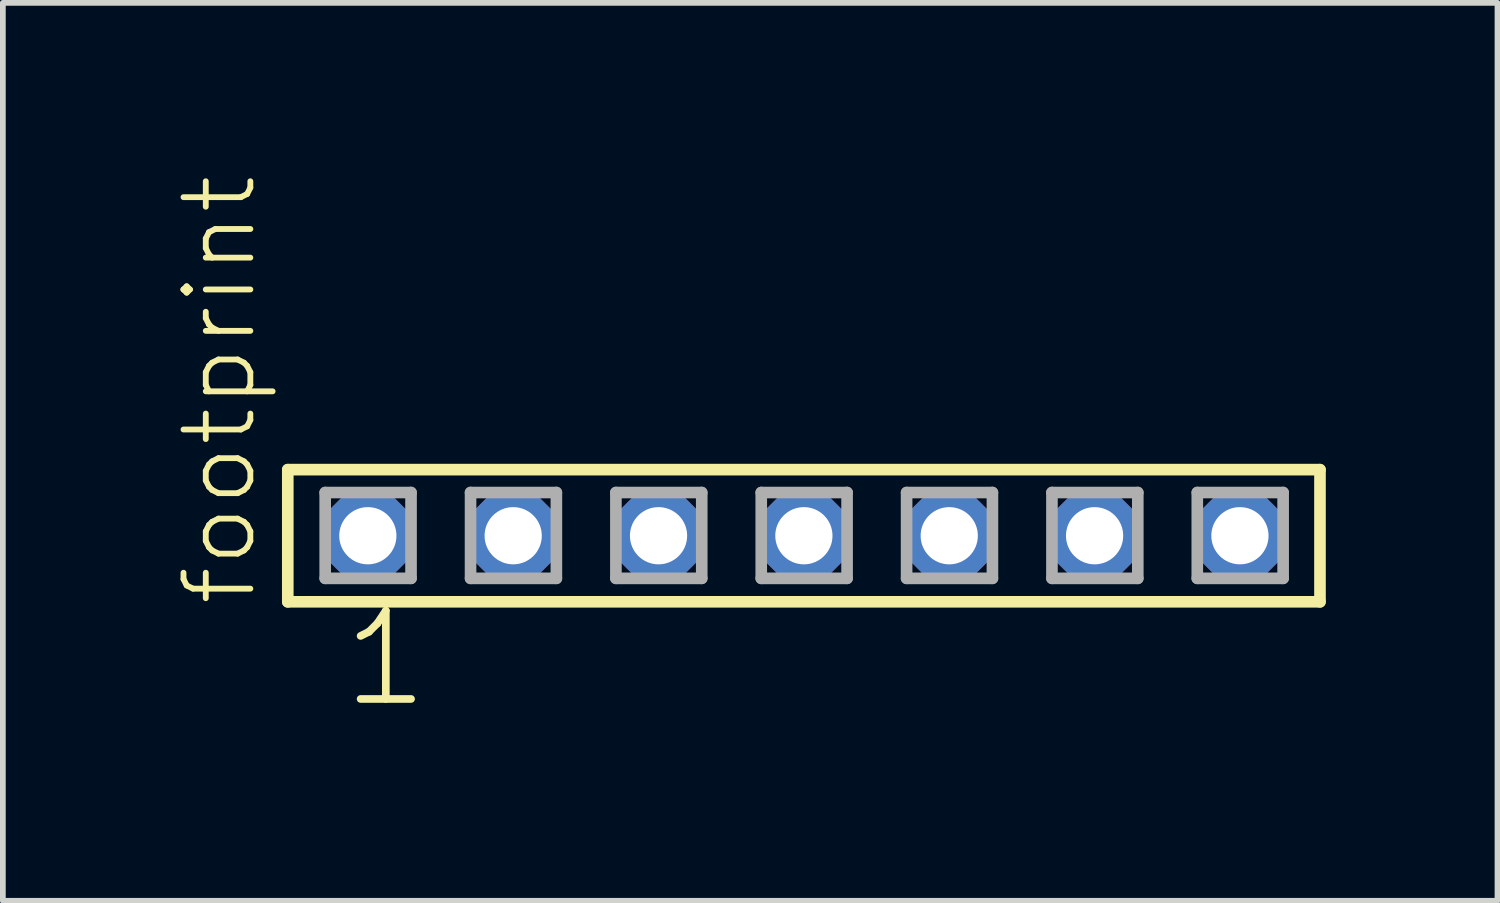
<source format=kicad_pcb>
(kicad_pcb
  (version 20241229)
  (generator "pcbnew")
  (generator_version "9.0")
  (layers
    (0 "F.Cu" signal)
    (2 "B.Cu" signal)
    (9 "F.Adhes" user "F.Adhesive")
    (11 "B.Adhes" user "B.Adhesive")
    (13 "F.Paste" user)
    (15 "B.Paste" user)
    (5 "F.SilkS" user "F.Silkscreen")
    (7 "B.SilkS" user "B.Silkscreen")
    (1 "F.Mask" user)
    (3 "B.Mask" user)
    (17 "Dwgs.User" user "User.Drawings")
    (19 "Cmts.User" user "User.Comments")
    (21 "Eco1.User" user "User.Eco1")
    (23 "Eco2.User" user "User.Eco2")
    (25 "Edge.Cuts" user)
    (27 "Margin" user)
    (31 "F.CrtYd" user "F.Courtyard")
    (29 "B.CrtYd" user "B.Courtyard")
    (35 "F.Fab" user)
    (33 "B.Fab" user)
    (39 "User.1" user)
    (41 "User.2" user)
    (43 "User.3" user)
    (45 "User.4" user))
  (footprint "footprint"
    (layer "F.Cu")
    (at 10.998 6.312)
    (property "Reference" "footprint" (at -9.525 1.27 90) (layer "F.SilkS") (effects (font (size 1.168 1.168) (thickness 0.102)) (justify left bottom)))
    (fp_line (start -9.019 -1.155) (end 9.019 -1.155) (stroke (width 0.203) (type solid)) (layer "F.SilkS"))
    (fp_line (start -9.019 1.155) (end -9.019 -1.155) (stroke (width 0.203) (type solid)) (layer "F.SilkS"))
    (fp_line (start 9.019 -1.155) (end 9.019 1.155) (stroke (width 0.203) (type solid)) (layer "F.SilkS"))
    (fp_line (start 9.019 1.155) (end -9.019 1.155) (stroke (width 0.203) (type solid)) (layer "F.SilkS"))
    (fp_line (start -8.365 -0.755) (end -6.865 -0.755) (stroke (width 0.203) (type solid)) (layer "F.Fab"))
    (fp_line (start -8.365 0.745) (end -8.365 -0.755) (stroke (width 0.203) (type solid)) (layer "F.Fab"))
    (fp_line (start -6.865 -0.755) (end -6.865 0.745) (stroke (width 0.203) (type solid)) (layer "F.Fab"))
    (fp_line (start -6.865 0.745) (end -8.365 0.745) (stroke (width 0.203) (type solid)) (layer "F.Fab"))
    (fp_line (start -5.825 -0.755) (end -4.325 -0.755) (stroke (width 0.203) (type solid)) (layer "F.Fab"))
    (fp_line (start -5.825 0.745) (end -5.825 -0.755) (stroke (width 0.203) (type solid)) (layer "F.Fab"))
    (fp_line (start -4.325 -0.755) (end -4.325 0.745) (stroke (width 0.203) (type solid)) (layer "F.Fab"))
    (fp_line (start -4.325 0.745) (end -5.825 0.745) (stroke (width 0.203) (type solid)) (layer "F.Fab"))
    (fp_line (start -3.285 -0.755) (end -1.785 -0.755) (stroke (width 0.203) (type solid)) (layer "F.Fab"))
    (fp_line (start -3.285 0.745) (end -3.285 -0.755) (stroke (width 0.203) (type solid)) (layer "F.Fab"))
    (fp_line (start -1.785 -0.755) (end -1.785 0.745) (stroke (width 0.203) (type solid)) (layer "F.Fab"))
    (fp_line (start -1.785 0.745) (end -3.285 0.745) (stroke (width 0.203) (type solid)) (layer "F.Fab"))
    (fp_line (start -0.745 -0.755) (end 0.755 -0.755) (stroke (width 0.203) (type solid)) (layer "F.Fab"))
    (fp_line (start -0.745 0.745) (end -0.745 -0.755) (stroke (width 0.203) (type solid)) (layer "F.Fab"))
    (fp_line (start 0.755 -0.755) (end 0.755 0.745) (stroke (width 0.203) (type solid)) (layer "F.Fab"))
    (fp_line (start 0.755 0.745) (end -0.745 0.745) (stroke (width 0.203) (type solid)) (layer "F.Fab"))
    (fp_line (start 1.795 -0.755) (end 3.295 -0.755) (stroke (width 0.203) (type solid)) (layer "F.Fab"))
    (fp_line (start 1.795 0.745) (end 1.795 -0.755) (stroke (width 0.203) (type solid)) (layer "F.Fab"))
    (fp_line (start 3.295 -0.755) (end 3.295 0.745) (stroke (width 0.203) (type solid)) (layer "F.Fab"))
    (fp_line (start 3.295 0.745) (end 1.795 0.745) (stroke (width 0.203) (type solid)) (layer "F.Fab"))
    (fp_line (start 4.335 -0.755) (end 5.835 -0.755) (stroke (width 0.203) (type solid)) (layer "F.Fab"))
    (fp_line (start 4.335 0.745) (end 4.335 -0.755) (stroke (width 0.203) (type solid)) (layer "F.Fab"))
    (fp_line (start 5.835 -0.755) (end 5.835 0.745) (stroke (width 0.203) (type solid)) (layer "F.Fab"))
    (fp_line (start 5.835 0.745) (end 4.335 0.745) (stroke (width 0.203) (type solid)) (layer "F.Fab"))
    (fp_line (start 6.875 -0.755) (end 8.375 -0.755) (stroke (width 0.203) (type solid)) (layer "F.Fab"))
    (fp_line (start 6.875 0.745) (end 6.875 -0.755) (stroke (width 0.203) (type solid)) (layer "F.Fab"))
    (fp_line (start 8.375 -0.755) (end 8.375 0.745) (stroke (width 0.203) (type solid)) (layer "F.Fab"))
    (fp_line (start 8.375 0.745) (end 6.875 0.745) (stroke (width 0.203) (type solid)) (layer "F.Fab"))
    (fp_text user "1" (at -8.128 3.048 0) (layer "F.SilkS") (effects (font (size 1.542 1.542) (thickness 0.134)) (justify left bottom)))
    (pad "1" thru_hole roundrect (at -7.62 0) (size 1.5 1.5) (drill 1) (layers "*.Cu" "*.Mask") (roundrect_rratio 0.25) (chamfer_ratio 0.25) (chamfer top_left top_right bottom_left bottom_right))
    (pad "2" thru_hole roundrect (at -5.08 0) (size 1.5 1.5) (drill 1) (layers "*.Cu" "*.Mask") (roundrect_rratio 0.25) (chamfer_ratio 0.25) (chamfer top_left top_right bottom_left bottom_right))
    (pad "3" thru_hole roundrect (at -2.54 0) (size 1.5 1.5) (drill 1) (layers "*.Cu" "*.Mask") (roundrect_rratio 0.25) (chamfer_ratio 0.25) (chamfer top_left top_right bottom_left bottom_right))
    (pad "4" thru_hole roundrect (at 0 0) (size 1.5 1.5) (drill 1) (layers "*.Cu" "*.Mask") (roundrect_rratio 0.25) (chamfer_ratio 0.25) (chamfer top_left top_right bottom_left bottom_right))
    (pad "5" thru_hole roundrect (at 2.54 0) (size 1.5 1.5) (drill 1) (layers "*.Cu" "*.Mask") (roundrect_rratio 0.25) (chamfer_ratio 0.25) (chamfer top_left top_right bottom_left bottom_right))
    (pad "6" thru_hole roundrect (at 5.08 0) (size 1.5 1.5) (drill 1) (layers "*.Cu" "*.Mask") (roundrect_rratio 0.25) (chamfer_ratio 0.25) (chamfer top_left top_right bottom_left bottom_right))
    (pad "7" thru_hole roundrect (at 7.62 0) (size 1.5 1.5) (drill 1) (layers "*.Cu" "*.Mask") (roundrect_rratio 0.25) (chamfer_ratio 0.25) (chamfer top_left top_right bottom_left bottom_right)))
  (gr_rect
    (start -3 -3)
    (end 23.119 12.691)
    (stroke (width 0.1) (type default))
    (fill no)
    (layer "Edge.Cuts")))
</source>
